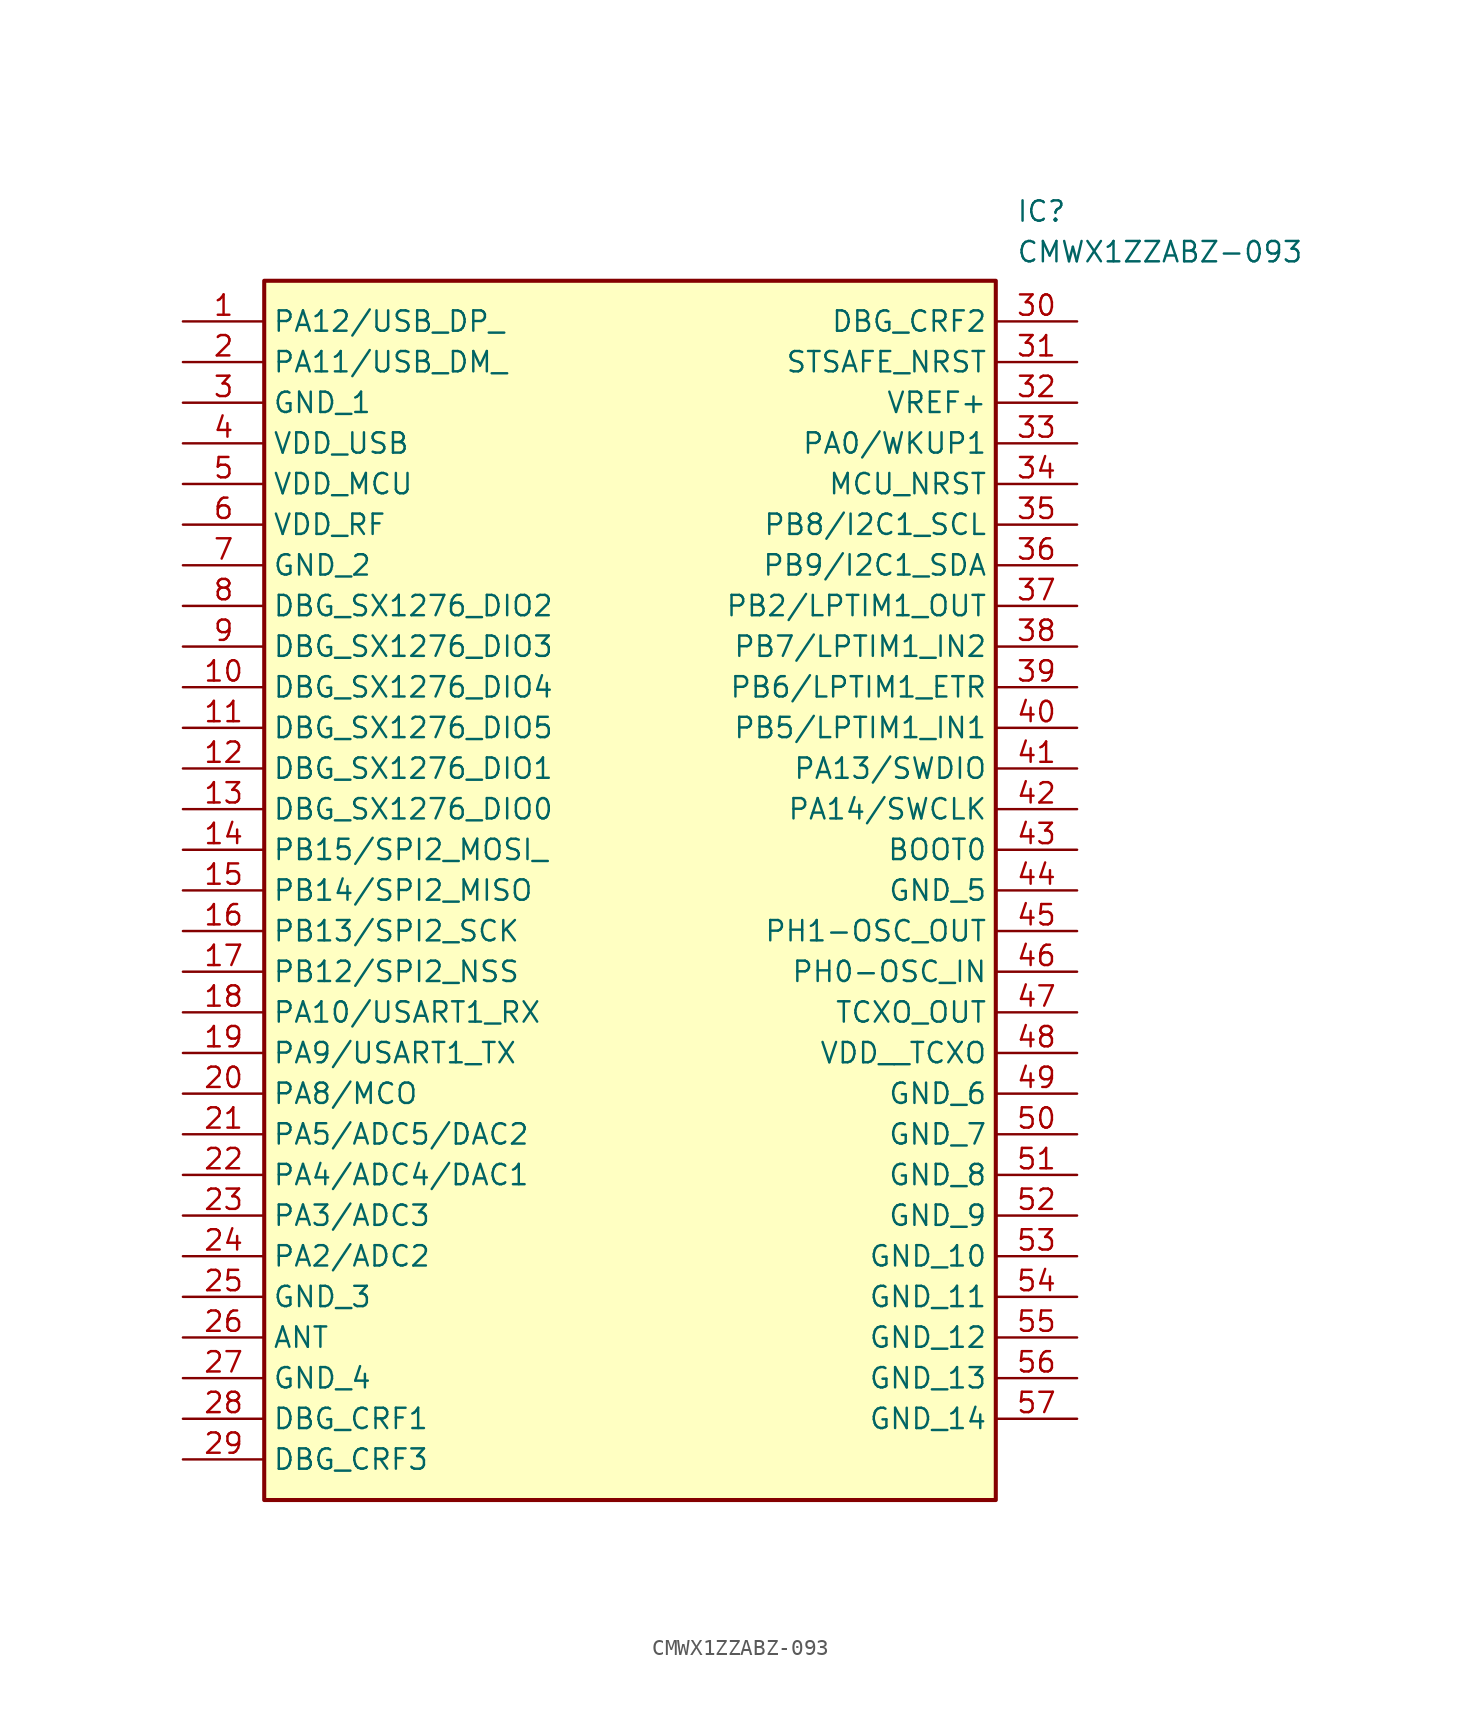
<source format=kicad_sym>
(kicad_symbol_lib
  (version 20211014)
  (generator SamacSys_ECAD_Model)
  (symbol "CMWX1ZZABZ-093"
    (property "Reference" "IC"
      (at 52.07 7.62 0)
      (effects (font (size 1.27 1.27)) (justify left top)))
    (property "Value" "CMWX1ZZABZ-093"
      (at 52.07 5.08 0)
      (effects (font (size 1.27 1.27)) (justify left top)))
    (rectangle
      (start 5.08 2.54)
      (end 50.8 -73.66)
      (stroke (width 0.254) (type default))
      (fill (type background)))
    (pin passive line
      (at 0 0 0)
      (length 5.08)
      (name "PA12/USB_DP_" (effects (font (size 1.27 1.27))))
      (number "1" (effects (font (size 1.27 1.27)))))
    (pin passive line
      (at 0 -2.54 0)
      (length 5.08)
      (name "PA11/USB_DM_" (effects (font (size 1.27 1.27))))
      (number "2" (effects (font (size 1.27 1.27)))))
    (pin passive line
      (at 0 -5.08 0)
      (length 5.08)
      (name "GND_1" (effects (font (size 1.27 1.27))))
      (number "3" (effects (font (size 1.27 1.27)))))
    (pin passive line
      (at 0 -7.62 0)
      (length 5.08)
      (name "VDD_USB" (effects (font (size 1.27 1.27))))
      (number "4" (effects (font (size 1.27 1.27)))))
    (pin passive line
      (at 0 -10.16 0)
      (length 5.08)
      (name "VDD_MCU" (effects (font (size 1.27 1.27))))
      (number "5" (effects (font (size 1.27 1.27)))))
    (pin passive line
      (at 0 -12.7 0)
      (length 5.08)
      (name "VDD_RF" (effects (font (size 1.27 1.27))))
      (number "6" (effects (font (size 1.27 1.27)))))
    (pin passive line
      (at 0 -15.24 0)
      (length 5.08)
      (name "GND_2" (effects (font (size 1.27 1.27))))
      (number "7" (effects (font (size 1.27 1.27)))))
    (pin passive line
      (at 0 -17.78 0)
      (length 5.08)
      (name "DBG_SX1276_DIO2" (effects (font (size 1.27 1.27))))
      (number "8" (effects (font (size 1.27 1.27)))))
    (pin passive line
      (at 0 -20.32 0)
      (length 5.08)
      (name "DBG_SX1276_DIO3" (effects (font (size 1.27 1.27))))
      (number "9" (effects (font (size 1.27 1.27)))))
    (pin passive line
      (at 0 -22.86 0)
      (length 5.08)
      (name "DBG_SX1276_DIO4" (effects (font (size 1.27 1.27))))
      (number "10" (effects (font (size 1.27 1.27)))))
    (pin passive line
      (at 0 -25.4 0)
      (length 5.08)
      (name "DBG_SX1276_DIO5" (effects (font (size 1.27 1.27))))
      (number "11" (effects (font (size 1.27 1.27)))))
    (pin passive line
      (at 0 -27.94 0)
      (length 5.08)
      (name "DBG_SX1276_DIO1" (effects (font (size 1.27 1.27))))
      (number "12" (effects (font (size 1.27 1.27)))))
    (pin passive line
      (at 0 -30.48 0)
      (length 5.08)
      (name "DBG_SX1276_DIO0" (effects (font (size 1.27 1.27))))
      (number "13" (effects (font (size 1.27 1.27)))))
    (pin passive line
      (at 0 -33.02 0)
      (length 5.08)
      (name "PB15/SPI2_MOSI_" (effects (font (size 1.27 1.27))))
      (number "14" (effects (font (size 1.27 1.27)))))
    (pin passive line
      (at 0 -35.56 0)
      (length 5.08)
      (name "PB14/SPI2_MISO" (effects (font (size 1.27 1.27))))
      (number "15" (effects (font (size 1.27 1.27)))))
    (pin passive line
      (at 0 -38.1 0)
      (length 5.08)
      (name "PB13/SPI2_SCK" (effects (font (size 1.27 1.27))))
      (number "16" (effects (font (size 1.27 1.27)))))
    (pin passive line
      (at 0 -40.64 0)
      (length 5.08)
      (name "PB12/SPI2_NSS" (effects (font (size 1.27 1.27))))
      (number "17" (effects (font (size 1.27 1.27)))))
    (pin passive line
      (at 0 -43.18 0)
      (length 5.08)
      (name "PA10/USART1_RX" (effects (font (size 1.27 1.27))))
      (number "18" (effects (font (size 1.27 1.27)))))
    (pin passive line
      (at 0 -45.72 0)
      (length 5.08)
      (name "PA9/USART1_TX" (effects (font (size 1.27 1.27))))
      (number "19" (effects (font (size 1.27 1.27)))))
    (pin passive line
      (at 0 -48.26 0)
      (length 5.08)
      (name "PA8/MCO" (effects (font (size 1.27 1.27))))
      (number "20" (effects (font (size 1.27 1.27)))))
    (pin passive line
      (at 0 -50.8 0)
      (length 5.08)
      (name "PA5/ADC5/DAC2" (effects (font (size 1.27 1.27))))
      (number "21" (effects (font (size 1.27 1.27)))))
    (pin passive line
      (at 0 -53.34 0)
      (length 5.08)
      (name "PA4/ADC4/DAC1" (effects (font (size 1.27 1.27))))
      (number "22" (effects (font (size 1.27 1.27)))))
    (pin passive line
      (at 0 -55.88 0)
      (length 5.08)
      (name "PA3/ADC3" (effects (font (size 1.27 1.27))))
      (number "23" (effects (font (size 1.27 1.27)))))
    (pin passive line
      (at 0 -58.42 0)
      (length 5.08)
      (name "PA2/ADC2" (effects (font (size 1.27 1.27))))
      (number "24" (effects (font (size 1.27 1.27)))))
    (pin passive line
      (at 0 -60.96 0)
      (length 5.08)
      (name "GND_3" (effects (font (size 1.27 1.27))))
      (number "25" (effects (font (size 1.27 1.27)))))
    (pin passive line
      (at 0 -63.5 0)
      (length 5.08)
      (name "ANT" (effects (font (size 1.27 1.27))))
      (number "26" (effects (font (size 1.27 1.27)))))
    (pin passive line
      (at 0 -66.04 0)
      (length 5.08)
      (name "GND_4" (effects (font (size 1.27 1.27))))
      (number "27" (effects (font (size 1.27 1.27)))))
    (pin passive line
      (at 0 -68.58 0)
      (length 5.08)
      (name "DBG_CRF1" (effects (font (size 1.27 1.27))))
      (number "28" (effects (font (size 1.27 1.27)))))
    (pin passive line
      (at 0 -71.12 0)
      (length 5.08)
      (name "DBG_CRF3" (effects (font (size 1.27 1.27))))
      (number "29" (effects (font (size 1.27 1.27)))))
    (pin passive line
      (at 55.88 0 180)
      (length 5.08)
      (name "DBG_CRF2" (effects (font (size 1.27 1.27))))
      (number "30" (effects (font (size 1.27 1.27)))))
    (pin passive line
      (at 55.88 -2.54 180)
      (length 5.08)
      (name "STSAFE_NRST" (effects (font (size 1.27 1.27))))
      (number "31" (effects (font (size 1.27 1.27)))))
    (pin passive line
      (at 55.88 -5.08 180)
      (length 5.08)
      (name "VREF+" (effects (font (size 1.27 1.27))))
      (number "32" (effects (font (size 1.27 1.27)))))
    (pin passive line
      (at 55.88 -7.62 180)
      (length 5.08)
      (name "PA0/WKUP1" (effects (font (size 1.27 1.27))))
      (number "33" (effects (font (size 1.27 1.27)))))
    (pin passive line
      (at 55.88 -10.16 180)
      (length 5.08)
      (name "MCU_NRST" (effects (font (size 1.27 1.27))))
      (number "34" (effects (font (size 1.27 1.27)))))
    (pin passive line
      (at 55.88 -12.7 180)
      (length 5.08)
      (name "PB8/I2C1_SCL" (effects (font (size 1.27 1.27))))
      (number "35" (effects (font (size 1.27 1.27)))))
    (pin passive line
      (at 55.88 -15.24 180)
      (length 5.08)
      (name "PB9/I2C1_SDA" (effects (font (size 1.27 1.27))))
      (number "36" (effects (font (size 1.27 1.27)))))
    (pin passive line
      (at 55.88 -17.78 180)
      (length 5.08)
      (name "PB2/LPTIM1_OUT" (effects (font (size 1.27 1.27))))
      (number "37" (effects (font (size 1.27 1.27)))))
    (pin passive line
      (at 55.88 -20.32 180)
      (length 5.08)
      (name "PB7/LPTIM1_IN2" (effects (font (size 1.27 1.27))))
      (number "38" (effects (font (size 1.27 1.27)))))
    (pin passive line
      (at 55.88 -22.86 180)
      (length 5.08)
      (name "PB6/LPTIM1_ETR" (effects (font (size 1.27 1.27))))
      (number "39" (effects (font (size 1.27 1.27)))))
    (pin passive line
      (at 55.88 -25.4 180)
      (length 5.08)
      (name "PB5/LPTIM1_IN1" (effects (font (size 1.27 1.27))))
      (number "40" (effects (font (size 1.27 1.27)))))
    (pin passive line
      (at 55.88 -27.94 180)
      (length 5.08)
      (name "PA13/SWDIO" (effects (font (size 1.27 1.27))))
      (number "41" (effects (font (size 1.27 1.27)))))
    (pin passive line
      (at 55.88 -30.48 180)
      (length 5.08)
      (name "PA14/SWCLK" (effects (font (size 1.27 1.27))))
      (number "42" (effects (font (size 1.27 1.27)))))
    (pin passive line
      (at 55.88 -33.02 180)
      (length 5.08)
      (name "BOOT0" (effects (font (size 1.27 1.27))))
      (number "43" (effects (font (size 1.27 1.27)))))
    (pin passive line
      (at 55.88 -35.56 180)
      (length 5.08)
      (name "GND_5" (effects (font (size 1.27 1.27))))
      (number "44" (effects (font (size 1.27 1.27)))))
    (pin passive line
      (at 55.88 -38.1 180)
      (length 5.08)
      (name "PH1-OSC_OUT" (effects (font (size 1.27 1.27))))
      (number "45" (effects (font (size 1.27 1.27)))))
    (pin passive line
      (at 55.88 -40.64 180)
      (length 5.08)
      (name "PH0-OSC_IN" (effects (font (size 1.27 1.27))))
      (number "46" (effects (font (size 1.27 1.27)))))
    (pin passive line
      (at 55.88 -43.18 180)
      (length 5.08)
      (name "TCXO_OUT" (effects (font (size 1.27 1.27))))
      (number "47" (effects (font (size 1.27 1.27)))))
    (pin passive line
      (at 55.88 -45.72 180)
      (length 5.08)
      (name "VDD__TCXO" (effects (font (size 1.27 1.27))))
      (number "48" (effects (font (size 1.27 1.27)))))
    (pin passive line
      (at 55.88 -48.26 180)
      (length 5.08)
      (name "GND_6" (effects (font (size 1.27 1.27))))
      (number "49" (effects (font (size 1.27 1.27)))))
    (pin passive line
      (at 55.88 -50.8 180)
      (length 5.08)
      (name "GND_7" (effects (font (size 1.27 1.27))))
      (number "50" (effects (font (size 1.27 1.27)))))
    (pin passive line
      (at 55.88 -53.34 180)
      (length 5.08)
      (name "GND_8" (effects (font (size 1.27 1.27))))
      (number "51" (effects (font (size 1.27 1.27)))))
    (pin passive line
      (at 55.88 -55.88 180)
      (length 5.08)
      (name "GND_9" (effects (font (size 1.27 1.27))))
      (number "52" (effects (font (size 1.27 1.27)))))
    (pin passive line
      (at 55.88 -58.42 180)
      (length 5.08)
      (name "GND_10" (effects (font (size 1.27 1.27))))
      (number "53" (effects (font (size 1.27 1.27)))))
    (pin passive line
      (at 55.88 -60.96 180)
      (length 5.08)
      (name "GND_11" (effects (font (size 1.27 1.27))))
      (number "54" (effects (font (size 1.27 1.27)))))
    (pin passive line
      (at 55.88 -63.5 180)
      (length 5.08)
      (name "GND_12" (effects (font (size 1.27 1.27))))
      (number "55" (effects (font (size 1.27 1.27)))))
    (pin passive line
      (at 55.88 -66.04 180)
      (length 5.08)
      (name "GND_13" (effects (font (size 1.27 1.27))))
      (number "56" (effects (font (size 1.27 1.27)))))
    (pin passive line
      (at 55.88 -68.58 180)
      (length 5.08)
      (name "GND_14" (effects (font (size 1.27 1.27))))
      (number "57" (effects (font (size 1.27 1.27)))))))
</source>
